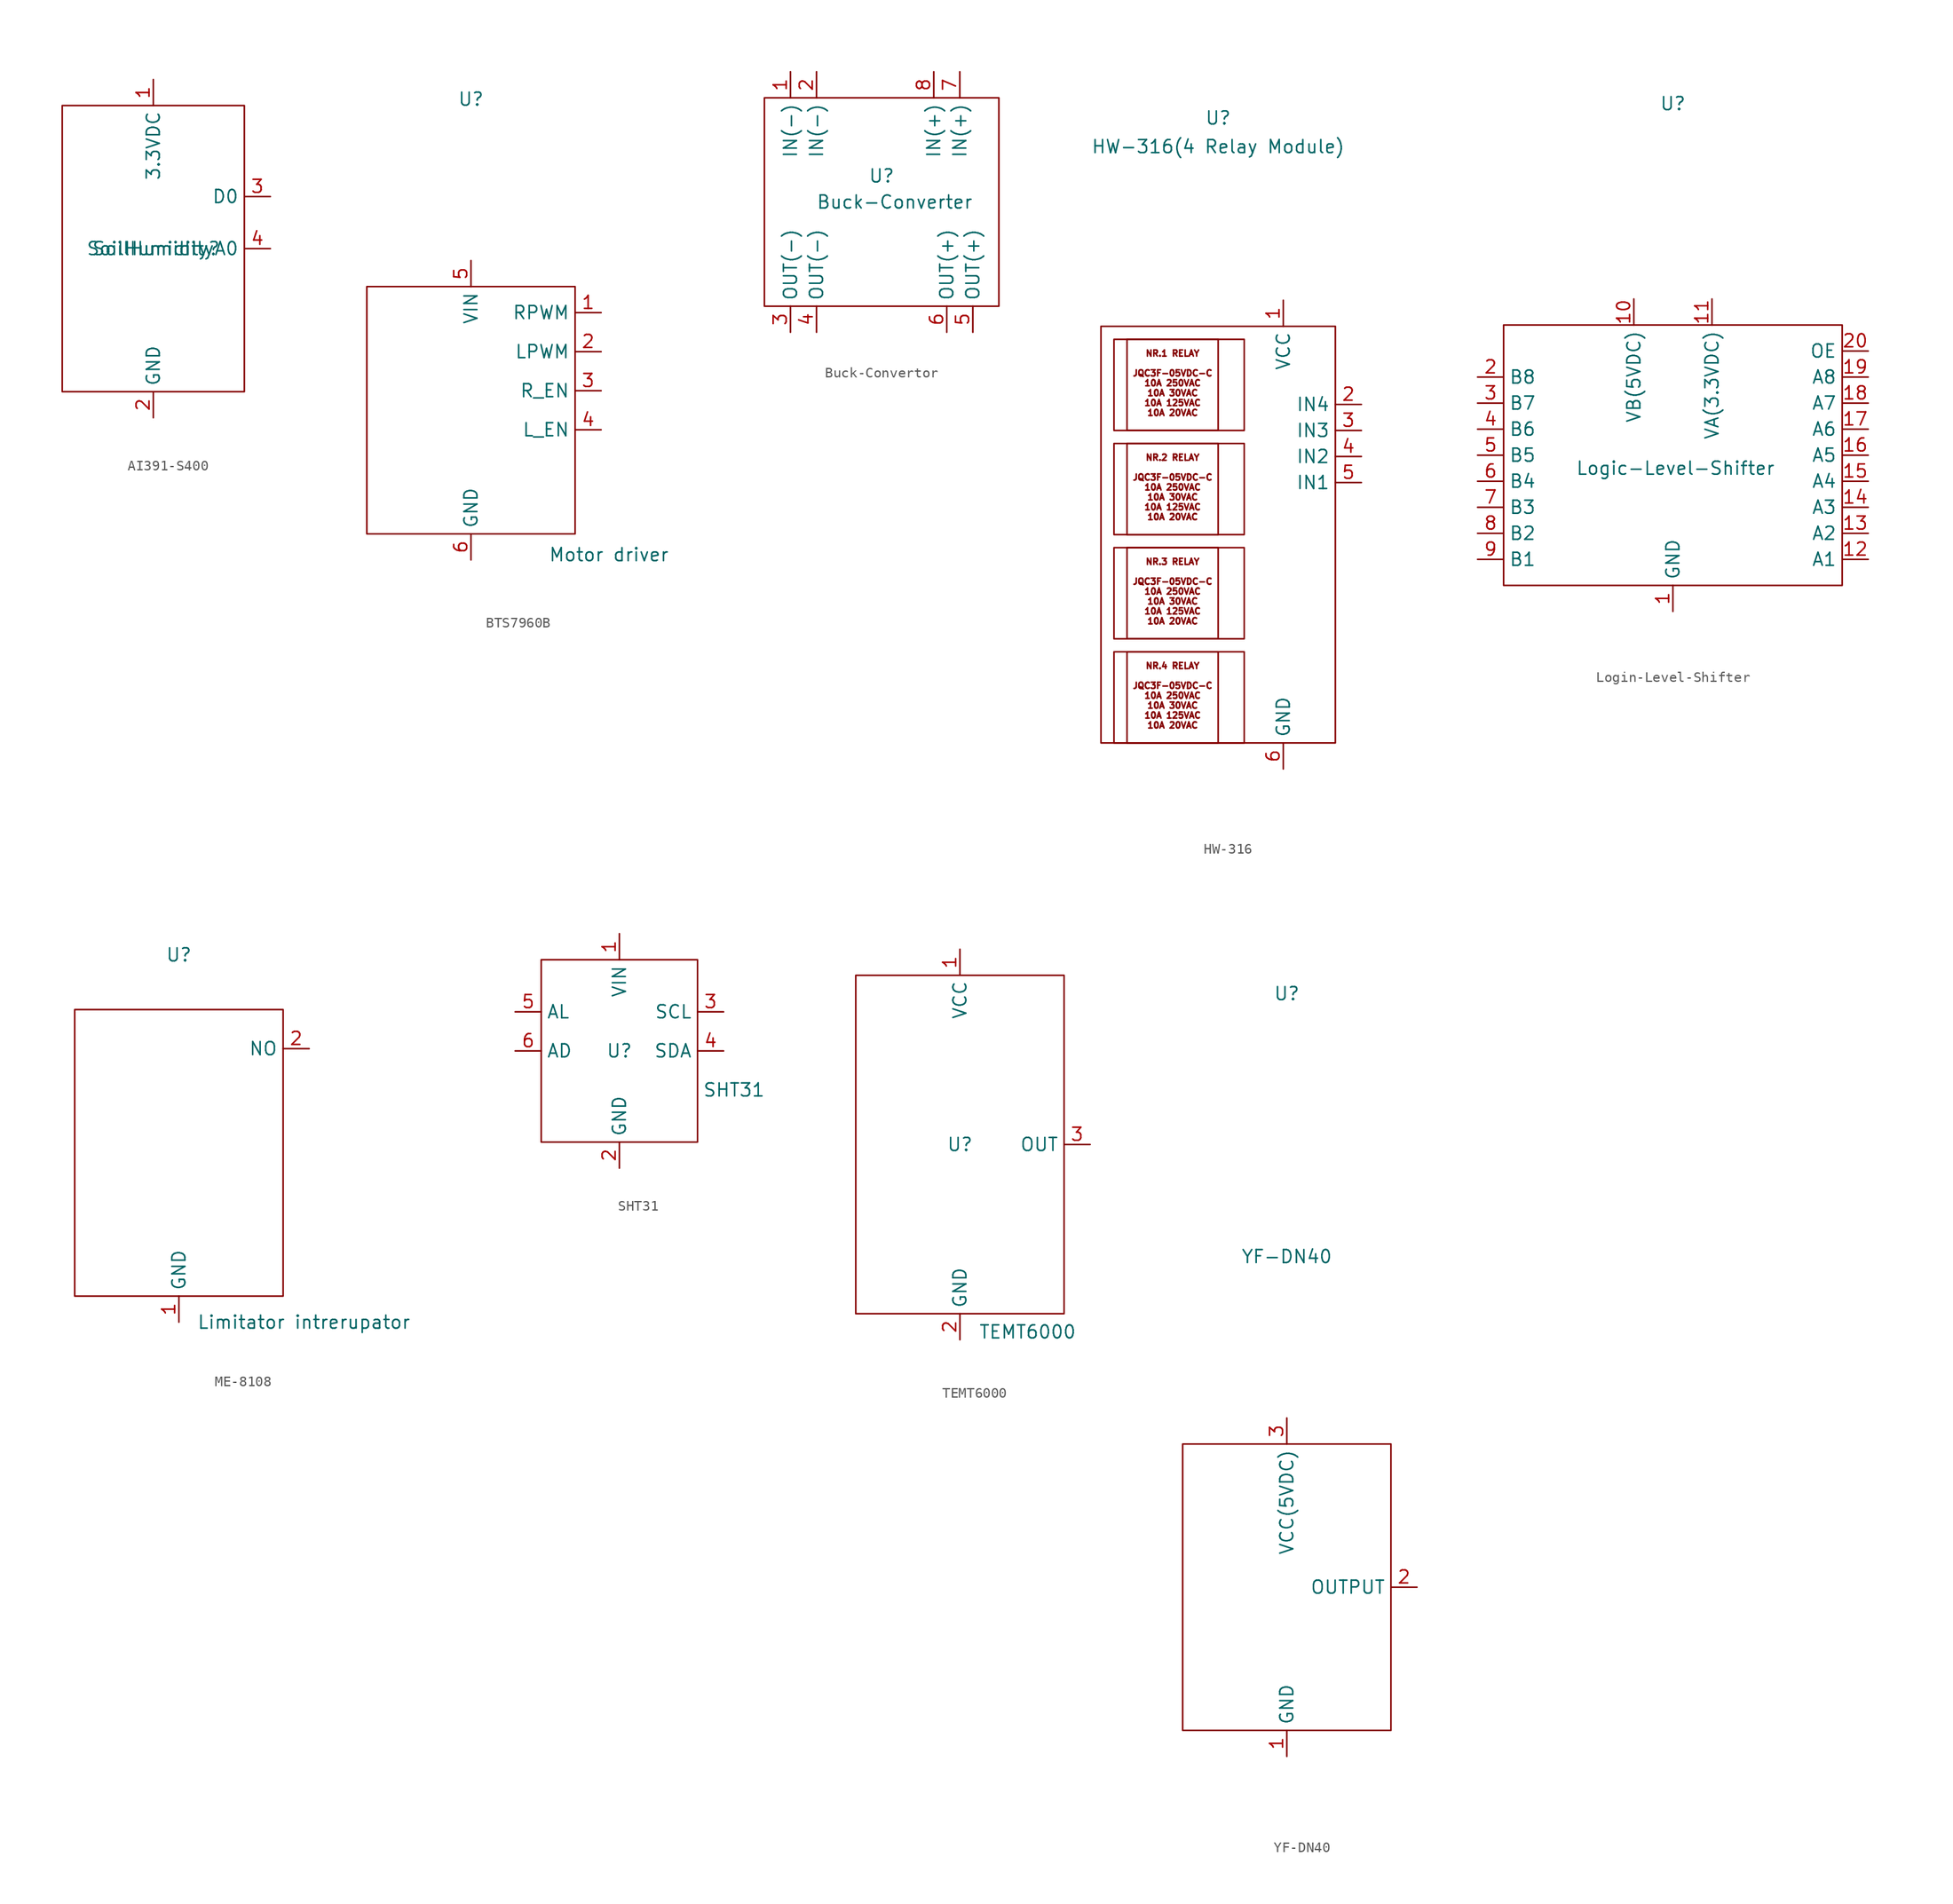
<source format=kicad_sym>
(kicad_symbol_lib
  (version 20241209)
  (generator "kicad_symbol_editor")
  (generator_version "9.0")
  (symbol "AI391-S400"
    (property "Reference" "SoilHumidity"
      (at 0 0 0)
      (effects (font (size 1.27 1.27))))
    (property "Value" "SoilHumidity"
      (at 0 0 0)
      (effects (font (size 1.27 1.27))))
    (symbol "AI391-S400_0_1"
      (rectangle (start -8.89 13.97) (end 8.89 -13.97) (stroke (width 0) (type default)) (fill (type none))))
    (symbol "AI391-S400_1_1"
      (pin bidirectional line (at 0 16.51 270) (length 2.54) (name "3.3VDC" (effects (font (size 1.27 1.27)))) (number "1" (effects (font (size 1.27 1.27)))))
      (pin bidirectional line (at 0 -16.51 90) (length 2.54) (name "GND" (effects (font (size 1.27 1.27)))) (number "2" (effects (font (size 1.27 1.27)))))
      (pin bidirectional line (at 11.43 5.08 180) (length 2.54) (name "D0" (effects (font (size 1.27 1.27)))) (number "3" (effects (font (size 1.27 1.27)))))
      (pin bidirectional line (at 11.43 0 180) (length 2.54) (name "A0" (effects (font (size 1.27 1.27)))) (number "4" (effects (font (size 1.27 1.27)))))))
  (symbol "BTS7960B"
    (property "Reference" "U"
      (at 0 29.718 0)
      (effects (font (size 1.27 1.27))))
    (property "Value" "Motor driver"
      (at 13.462 -14.732 0)
      (effects (font (size 1.27 1.27))))
    (symbol "BTS7960B_0_1"
      (rectangle (start -10.16 11.43) (end 10.16 -12.7) (stroke (width 0) (type default)) (fill (type none))))
    (symbol "BTS7960B_1_1"
      (pin power_in line (at 0 13.97 270) (length 2.54) (name "VIN" (effects (font (size 1.27 1.27)))) (number "5" (effects (font (size 1.27 1.27)))))
      (pin power_in line (at 0 -15.24 90) (length 2.54) (name "GND" (effects (font (size 1.27 1.27)))) (number "6" (effects (font (size 1.27 1.27)))))
      (pin bidirectional line (at 12.7 8.89 180) (length 2.54) (name "RPWM" (effects (font (size 1.27 1.27)))) (number "1" (effects (font (size 1.27 1.27)))))
      (pin bidirectional line (at 12.7 5.08 180) (length 2.54) (name "LPWM" (effects (font (size 1.27 1.27)))) (number "2" (effects (font (size 1.27 1.27)))))
      (pin bidirectional line (at 12.7 1.27 180) (length 2.54) (name "R_EN" (effects (font (size 1.27 1.27)))) (number "3" (effects (font (size 1.27 1.27)))))
      (pin bidirectional line (at 12.7 -2.54 180) (length 2.54) (name "L_EN" (effects (font (size 1.27 1.27)))) (number "4" (effects (font (size 1.27 1.27)))))))
  (symbol "Buck-Convertor"
    (property "Reference" "U"
      (at 0 2.54 0)
      (effects (font (size 1.27 1.27))))
    (property "Value" "Buck-Converter"
      (at 1.27 0 0)
      (effects (font (size 1.27 1.27))))
    (symbol "Buck-Convertor_0_1"
      (rectangle (start -11.43 10.16) (end 11.43 -10.16) (stroke (width 0) (type default)) (fill (type none))))
    (symbol "Buck-Convertor_1_1"
      (pin power_in line (at -8.89 12.7 270) (length 2.54) (name "IN(-)" (effects (font (size 1.27 1.27)))) (number "1" (effects (font (size 1.27 1.27)))))
      (pin power_in line (at -8.89 -12.7 90) (length 2.54) (name "OUT(-)" (effects (font (size 1.27 1.27)))) (number "3" (effects (font (size 1.27 1.27)))))
      (pin power_in line (at -6.35 12.7 270) (length 2.54) (name "IN(-)" (effects (font (size 1.27 1.27)))) (number "2" (effects (font (size 1.27 1.27)))))
      (pin power_in line (at -6.35 -12.7 90) (length 2.54) (name "OUT(-)" (effects (font (size 1.27 1.27)))) (number "4" (effects (font (size 1.27 1.27)))))
      (pin power_in line (at 5.08 12.7 270) (length 2.54) (name "IN(+)" (effects (font (size 1.27 1.27)))) (number "8" (effects (font (size 1.27 1.27)))))
      (pin power_in line (at 6.35 -12.7 90) (length 2.54) (name "OUT(+)" (effects (font (size 1.27 1.27)))) (number "6" (effects (font (size 1.27 1.27)))))
      (pin power_in line (at 7.62 12.7 270) (length 2.54) (name "IN(+)" (effects (font (size 1.27 1.27)))) (number "7" (effects (font (size 1.27 1.27)))))
      (pin power_in line (at 8.89 -12.7 90) (length 2.54) (name "OUT(+)" (effects (font (size 1.27 1.27)))) (number "5" (effects (font (size 1.27 1.27)))))))
  (symbol "HW-316"
    (property "Reference" "U"
      (at 0 40.64 0)
      (effects (font (size 1.27 1.27))))
    (property "Value" "HW-316(4 Relay Module)"
      (at 0 37.846 0)
      (effects (font (size 1.27 1.27))))
    (symbol "HW-316_0_1"
      (rectangle (start -11.43 20.32) (end 11.43 -20.32) (stroke (width 0) (type default)) (fill (type none)))
      (rectangle (start -10.16 19.05) (end 2.54 10.16) (stroke (width 0) (type default)) (fill (type none)))
      (rectangle (start -10.16 8.89) (end 2.54 0) (stroke (width 0) (type default)) (fill (type none)))
      (rectangle (start -10.16 -1.27) (end 2.54 -10.16) (stroke (width 0) (type default)) (fill (type none)))
      (rectangle (start -10.16 -11.43) (end 2.54 -20.32) (stroke (width 0) (type default)) (fill (type none))))
    (symbol "HW-316_1_1"
      (text_box "NR.1 RELAY\n\nJQC3F-05VDC-C\n10A 250VAC 10A 30VAC\n10A 125VAC 10A 20VAC" (at -8.89 19.05 0) (size 8.89 -8.89) (margins 1.016 1.016 1.016 1.016) (stroke (width 0) (type solid)) (fill (type none)) (effects (font (size 0.6 0.6)) (justify top)))
      (text_box "NR.2 RELAY\n\nJQC3F-05VDC-C\n10A 250VAC 10A 30VAC\n10A 125VAC 10A 20VAC" (at -8.89 8.89 0) (size 8.89 -8.89) (margins 1.016 1.016 1.016 1.016) (stroke (width 0) (type solid)) (fill (type none)) (effects (font (size 0.6 0.6)) (justify top)))
      (text_box "NR.3 RELAY\n\nJQC3F-05VDC-C\n10A 250VAC 10A 30VAC\n10A 125VAC 10A 20VAC" (at -8.89 -1.27 0) (size 8.89 -8.89) (margins 1.016 1.016 1.016 1.016) (stroke (width 0) (type solid)) (fill (type none)) (effects (font (size 0.6 0.6)) (justify top)))
      (text_box "NR.4 RELAY\n\nJQC3F-05VDC-C\n10A 250VAC 10A 30VAC\n10A 125VAC 10A 20VAC" (at -8.89 -11.43 0) (size 8.89 -8.89) (margins 1.016 1.016 1.016 1.016) (stroke (width 0) (type solid)) (fill (type none)) (effects (font (size 0.6 0.6)) (justify top)))
      (pin power_in line (at 6.35 22.86 270) (length 2.54) (name "VCC" (effects (font (size 1.27 1.27)))) (number "1" (effects (font (size 1.27 1.27)))))
      (pin power_in line (at 6.35 -22.86 90) (length 2.54) (name "GND" (effects (font (size 1.27 1.27)))) (number "6" (effects (font (size 1.27 1.27)))))
      (pin input line (at 13.97 12.7 180) (length 2.54) (name "IN4" (effects (font (size 1.27 1.27)))) (number "2" (effects (font (size 1.27 1.27)))))
      (pin input line (at 13.97 10.16 180) (length 2.54) (name "IN3" (effects (font (size 1.27 1.27)))) (number "3" (effects (font (size 1.27 1.27)))))
      (pin input line (at 13.97 7.62 180) (length 2.54) (name "IN2" (effects (font (size 1.27 1.27)))) (number "4" (effects (font (size 1.27 1.27)))))
      (pin input line (at 13.97 5.08 180) (length 2.54) (name "IN1" (effects (font (size 1.27 1.27)))) (number "5" (effects (font (size 1.27 1.27)))))))
  (symbol "Login-Level-Shifter"
    (property "Reference" "U"
      (at 0 29.21 0)
      (effects (font (size 1.27 1.27))))
    (property "Value" "Logic-Level-Shifter"
      (at 0.254 -6.35 0)
      (effects (font (size 1.27 1.27))))
    (symbol "Login-Level-Shifter_0_1"
      (rectangle (start -16.51 7.62) (end 16.51 -17.78) (stroke (width 0) (type default)) (fill (type none))))
    (symbol "Login-Level-Shifter_1_1"
      (pin bidirectional line (at -19.05 2.54 0) (length 2.54) (name "B8" (effects (font (size 1.27 1.27)))) (number "2" (effects (font (size 1.27 1.27)))))
      (pin bidirectional line (at -19.05 0 0) (length 2.54) (name "B7" (effects (font (size 1.27 1.27)))) (number "3" (effects (font (size 1.27 1.27)))))
      (pin bidirectional line (at -19.05 -2.54 0) (length 2.54) (name "B6" (effects (font (size 1.27 1.27)))) (number "4" (effects (font (size 1.27 1.27)))))
      (pin bidirectional line (at -19.05 -5.08 0) (length 2.54) (name "B5" (effects (font (size 1.27 1.27)))) (number "5" (effects (font (size 1.27 1.27)))))
      (pin bidirectional line (at -19.05 -7.62 0) (length 2.54) (name "B4" (effects (font (size 1.27 1.27)))) (number "6" (effects (font (size 1.27 1.27)))))
      (pin bidirectional line (at -19.05 -10.16 0) (length 2.54) (name "B3" (effects (font (size 1.27 1.27)))) (number "7" (effects (font (size 1.27 1.27)))))
      (pin bidirectional line (at -19.05 -12.7 0) (length 2.54) (name "B2" (effects (font (size 1.27 1.27)))) (number "8" (effects (font (size 1.27 1.27)))))
      (pin bidirectional line (at -19.05 -15.24 0) (length 2.54) (name "B1" (effects (font (size 1.27 1.27)))) (number "9" (effects (font (size 1.27 1.27)))))
      (pin power_in line (at -3.81 10.16 270) (length 2.54) (name "VB(5VDC)" (effects (font (size 1.27 1.27)))) (number "10" (effects (font (size 1.27 1.27)))))
      (pin power_in line (at 0 -20.32 90) (length 2.54) (name "GND" (effects (font (size 1.27 1.27)))) (number "1" (effects (font (size 1.27 1.27)))))
      (pin power_in line (at 3.81 10.16 270) (length 2.54) (name "VA(3.3VDC)" (effects (font (size 1.27 1.27)))) (number "11" (effects (font (size 1.27 1.27)))))
      (pin input line (at 19.05 5.08 180) (length 2.54) (name "OE" (effects (font (size 1.27 1.27)))) (number "20" (effects (font (size 1.27 1.27)))))
      (pin bidirectional line (at 19.05 2.54 180) (length 2.54) (name "A8" (effects (font (size 1.27 1.27)))) (number "19" (effects (font (size 1.27 1.27)))))
      (pin bidirectional line (at 19.05 0 180) (length 2.54) (name "A7" (effects (font (size 1.27 1.27)))) (number "18" (effects (font (size 1.27 1.27)))))
      (pin bidirectional line (at 19.05 -2.54 180) (length 2.54) (name "A6" (effects (font (size 1.27 1.27)))) (number "17" (effects (font (size 1.27 1.27)))))
      (pin bidirectional line (at 19.05 -5.08 180) (length 2.54) (name "A5" (effects (font (size 1.27 1.27)))) (number "16" (effects (font (size 1.27 1.27)))))
      (pin bidirectional line (at 19.05 -7.62 180) (length 2.54) (name "A4" (effects (font (size 1.27 1.27)))) (number "15" (effects (font (size 1.27 1.27)))))
      (pin bidirectional line (at 19.05 -10.16 180) (length 2.54) (name "A3" (effects (font (size 1.27 1.27)))) (number "14" (effects (font (size 1.27 1.27)))))
      (pin bidirectional line (at 19.05 -12.7 180) (length 2.54) (name "A2" (effects (font (size 1.27 1.27)))) (number "13" (effects (font (size 1.27 1.27)))))
      (pin bidirectional line (at 19.05 -15.24 180) (length 2.54) (name "A1" (effects (font (size 1.27 1.27)))) (number "12" (effects (font (size 1.27 1.27)))))))
  (symbol "ME-8108"
    (property "Reference" "U"
      (at 0 19.304 0)
      (effects (font (size 1.27 1.27))))
    (property "Value" "Limitator intrerupator"
      (at 12.192 -16.51 0)
      (effects (font (size 1.27 1.27))))
    (symbol "ME-8108_0_1"
      (rectangle (start -10.16 13.97) (end 10.16 -13.97) (stroke (width 0) (type default)) (fill (type none))))
    (symbol "ME-8108_1_1"
      (pin power_in line (at 0 -16.51 90) (length 2.54) (name "GND" (effects (font (size 1.27 1.27)))) (number "1" (effects (font (size 1.27 1.27)))))
      (pin bidirectional line (at 12.7 10.16 180) (length 2.54) (name "NO" (effects (font (size 1.27 1.27)))) (number "2" (effects (font (size 1.27 1.27)))))))
  (symbol "SHT31"
    (property "Reference" "U"
      (at 0 0 0)
      (effects (font (size 1.27 1.27))))
    (property "Value" "SHT31"
      (at 11.176 -3.81 0)
      (effects (font (size 1.27 1.27))))
    (symbol "SHT31_0_1"
      (rectangle (start -7.62 8.89) (end 7.62 -8.89) (stroke (width 0) (type default)) (fill (type none))))
    (symbol "SHT31_1_1"
      (pin bidirectional line (at -10.16 3.81 0) (length 2.54) (name "AL" (effects (font (size 1.27 1.27)))) (number "5" (effects (font (size 1.27 1.27)))))
      (pin bidirectional line (at -10.16 0 0) (length 2.54) (name "AD" (effects (font (size 1.27 1.27)))) (number "6" (effects (font (size 1.27 1.27)))))
      (pin power_in line (at 0 11.43 270) (length 2.54) (name "VIN" (effects (font (size 1.27 1.27)))) (number "1" (effects (font (size 1.27 1.27)))))
      (pin power_in line (at 0 -11.43 90) (length 2.54) (name "GND" (effects (font (size 1.27 1.27)))) (number "2" (effects (font (size 1.27 1.27)))))
      (pin input line (at 10.16 3.81 180) (length 2.54) (name "SCL" (effects (font (size 1.27 1.27)))) (number "3" (effects (font (size 1.27 1.27)))))
      (pin bidirectional line (at 10.16 0 180) (length 2.54) (name "SDA" (effects (font (size 1.27 1.27)))) (number "4" (effects (font (size 1.27 1.27)))))))
  (symbol "TEMT6000"
    (property "Reference" "U"
      (at 0 0 0)
      (effects (font (size 1.27 1.27))))
    (property "Value" "TEMT6000"
      (at 6.604 -18.288 0)
      (effects (font (size 1.27 1.27))))
    (symbol "TEMT6000_0_1"
      (rectangle (start -10.16 16.51) (end 10.16 -16.51) (stroke (width 0) (type default)) (fill (type none))))
    (symbol "TEMT6000_1_1"
      (pin power_in line (at 0 19.05 270) (length 2.54) (name "VCC" (effects (font (size 1.27 1.27)))) (number "1" (effects (font (size 1.27 1.27)))))
      (pin power_in line (at 0 -19.05 90) (length 2.54) (name "GND" (effects (font (size 1.27 1.27)))) (number "2" (effects (font (size 1.27 1.27)))))
      (pin bidirectional line (at 12.7 0 180) (length 2.54) (name "OUT" (effects (font (size 1.27 1.27)))) (number "3" (effects (font (size 1.27 1.27)))))))
  (symbol "YF-DN40"
    (property "Reference" "U"
      (at 0 57.912 0)
      (effects (font (size 1.27 1.27))))
    (property "Value" "YF-DN40"
      (at 0 32.258 0)
      (effects (font (size 1.27 1.27))))
    (symbol "YF-DN40_0_1"
      (rectangle (start -10.16 13.97) (end 10.16 -13.97) (stroke (width 0) (type default)) (fill (type none))))
    (symbol "YF-DN40_1_1"
      (pin power_in line (at 0 16.51 270) (length 2.54) (name "VCC(5VDC)" (effects (font (size 1.27 1.27)))) (number "3" (effects (font (size 1.27 1.27)))))
      (pin power_in line (at 0 -16.51 90) (length 2.54) (name "GND" (effects (font (size 1.27 1.27)))) (number "1" (effects (font (size 1.27 1.27)))))
      (pin bidirectional line (at 12.7 0 180) (length 2.54) (name "OUTPUT" (effects (font (size 1.27 1.27)))) (number "2" (effects (font (size 1.27 1.27))))))))
</source>
